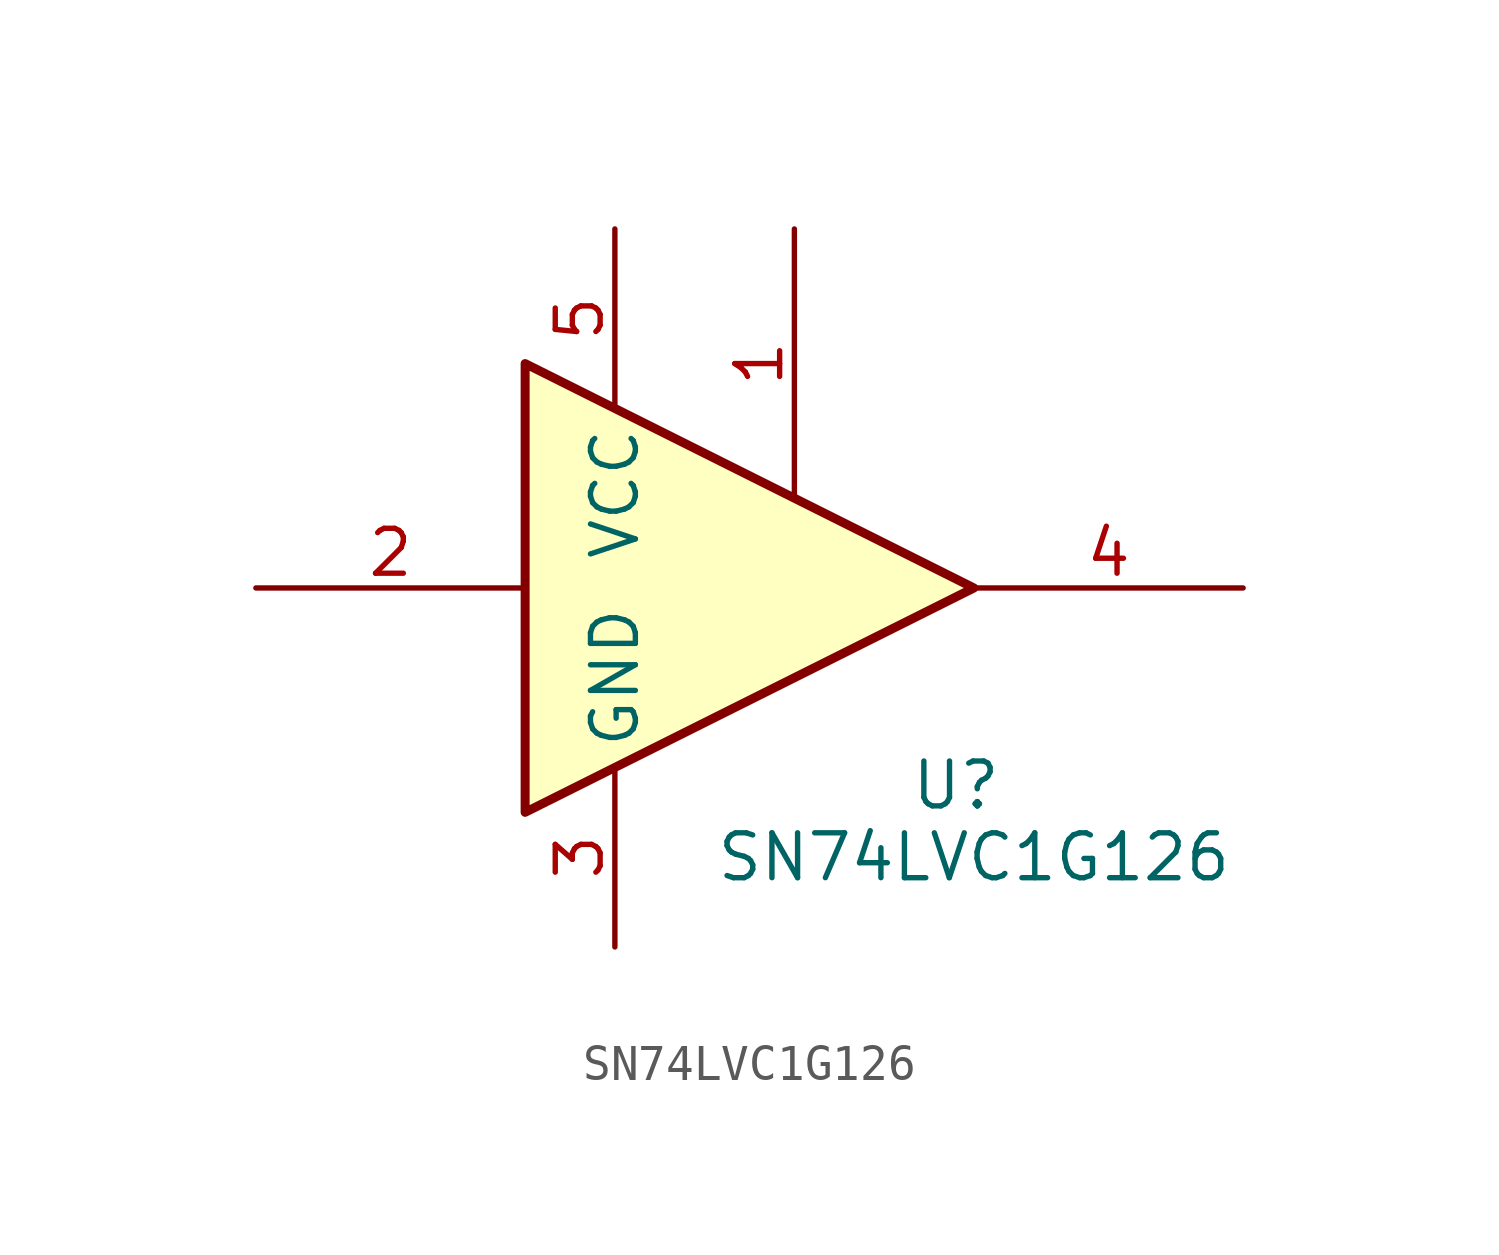
<source format=kicad_sym>
(kicad_symbol_lib
  (version 20241209)
  (generator "kicad_symbol_editor")
  (generator_version "9.0")
  (symbol "SN74LVC1G126"
    (property "Reference" "U"
      (at 12.192 0.762 0)
      (effects (font (size 1.27 1.27))))
    (property "Value" "SN74LVC1G126"
      (at 12.7 -1.27 0)
      (effects (font (size 1.27 1.27))))
    (symbol "SN74LVC1G126_0_1"
      (polyline (pts (xy 0 12.7) (xy 0 0) (xy 12.7 6.35) (xy 0 12.7)) (stroke (width 0.254) (type default)) (fill (type background))))
    (symbol "SN74LVC1G126_1_1"
      (pin input line (at -7.62 6.35 0) (length 7.62) (name "~" (effects (font (size 1.27 1.27)))) (number "2" (effects (font (size 1.27 1.27)))))
      (pin power_in line (at 2.54 16.51 270) (length 5.08) (name "VCC" (effects (font (size 1.27 1.27)))) (number "5" (effects (font (size 1.27 1.27)))))
      (pin power_in line (at 2.54 -3.81 90) (length 5.08) (name "GND" (effects (font (size 1.27 1.27)))) (number "3" (effects (font (size 1.27 1.27)))))
      (pin input line (at 7.62 16.51 270) (length 7.62) (name "~" (effects (font (size 1.27 1.27)))) (number "1" (effects (font (size 1.27 1.27)))))
      (pin tri_state line (at 20.32 6.35 180) (length 7.62) (name "~" (effects (font (size 1.27 1.27)))) (number "4" (effects (font (size 1.27 1.27))))))))
</source>
